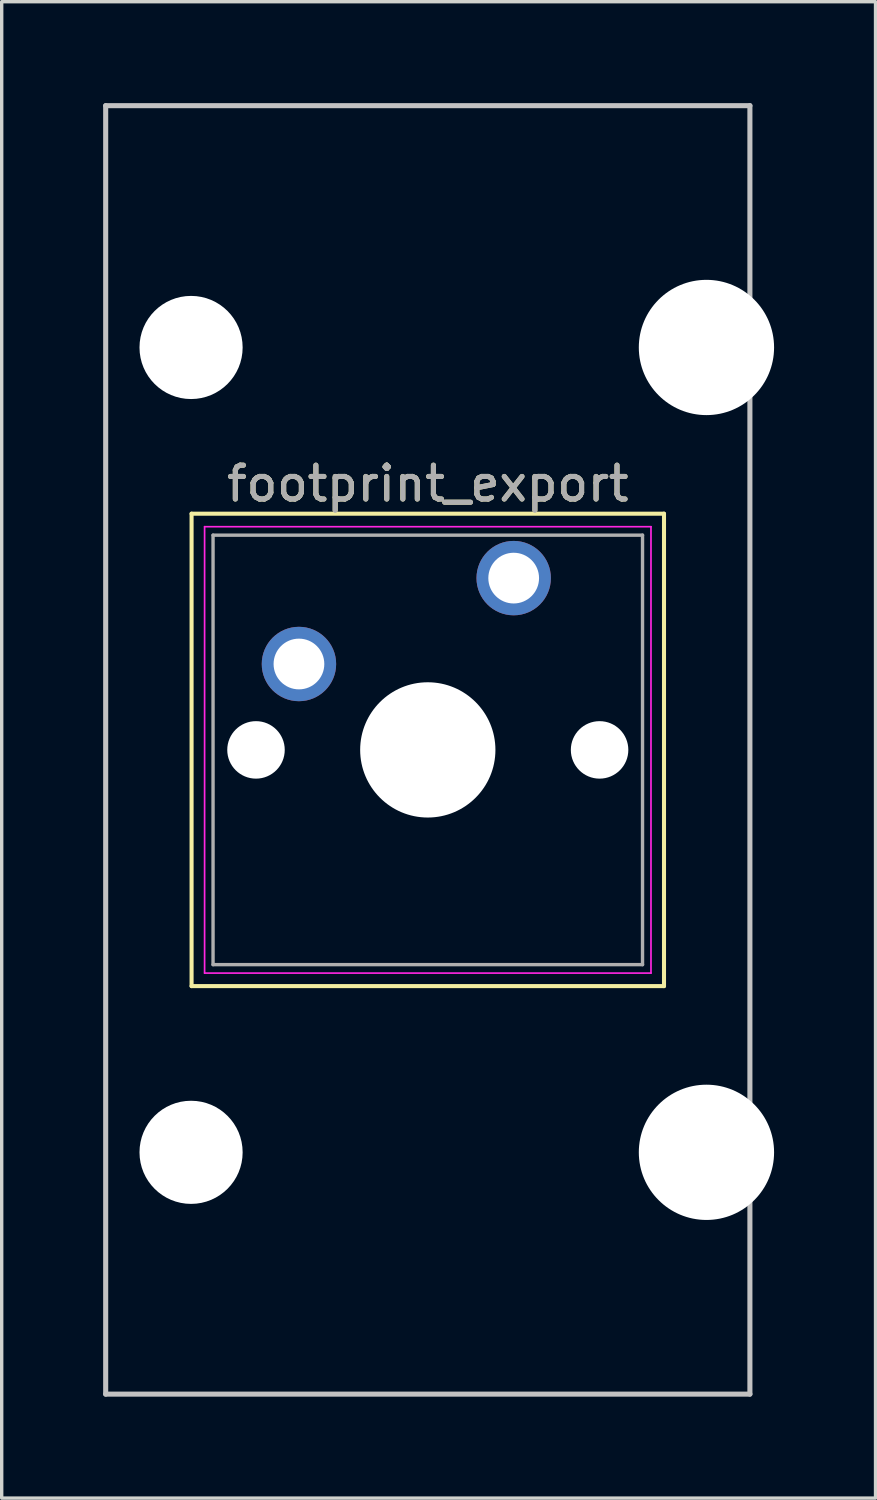
<source format=kicad_pcb>
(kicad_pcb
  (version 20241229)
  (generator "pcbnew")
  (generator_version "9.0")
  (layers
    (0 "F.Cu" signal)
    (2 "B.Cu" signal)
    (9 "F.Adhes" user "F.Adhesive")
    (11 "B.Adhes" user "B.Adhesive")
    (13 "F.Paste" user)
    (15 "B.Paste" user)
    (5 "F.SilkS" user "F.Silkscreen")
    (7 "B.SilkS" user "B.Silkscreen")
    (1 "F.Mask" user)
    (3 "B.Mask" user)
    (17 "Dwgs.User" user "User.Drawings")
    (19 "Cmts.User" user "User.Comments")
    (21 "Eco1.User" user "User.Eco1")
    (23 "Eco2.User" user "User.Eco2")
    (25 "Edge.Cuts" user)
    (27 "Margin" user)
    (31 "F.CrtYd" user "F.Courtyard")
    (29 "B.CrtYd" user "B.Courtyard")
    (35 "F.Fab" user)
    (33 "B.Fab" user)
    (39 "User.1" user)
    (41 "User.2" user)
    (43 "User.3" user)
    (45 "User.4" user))
  (footprint "footprint_export"
    (layer "F.Cu")
    (at 12.14 14.045)
    (property "Reference" "footprint_export" (at -2.54 -2.794 0) (layer "F.SilkS") (effects (font (size 1 1) (thickness 0.15))))
    (attr through_hole)
    (fp_line (start -9.525 -1.905) (end 4.445 -1.905) (stroke (width 0.12) (type solid)) (layer "F.SilkS"))
    (fp_line (start -9.525 12.065) (end -9.525 -1.905) (stroke (width 0.12) (type solid)) (layer "F.SilkS"))
    (fp_line (start 4.445 -1.905) (end 4.445 12.065) (stroke (width 0.12) (type solid)) (layer "F.SilkS"))
    (fp_line (start 4.445 12.065) (end -9.525 12.065) (stroke (width 0.12) (type solid)) (layer "F.SilkS"))
    (fp_line (start -12.065 -13.97) (end 6.985 -13.97) (stroke (width 0.15) (type solid)) (layer "Dwgs.User"))
    (fp_line (start -12.065 24.13) (end -12.065 -13.97) (stroke (width 0.15) (type solid)) (layer "Dwgs.User"))
    (fp_line (start 6.985 -13.97) (end 6.985 24.13) (stroke (width 0.15) (type solid)) (layer "Dwgs.User"))
    (fp_line (start 6.985 24.13) (end -12.065 24.13) (stroke (width 0.15) (type solid)) (layer "Dwgs.User"))
    (fp_line (start -9.14 -1.52) (end 4.06 -1.52) (stroke (width 0.05) (type solid)) (layer "F.CrtYd"))
    (fp_line (start -9.14 11.68) (end -9.14 -1.52) (stroke (width 0.05) (type solid)) (layer "F.CrtYd"))
    (fp_line (start 4.06 -1.52) (end 4.06 11.68) (stroke (width 0.05) (type solid)) (layer "F.CrtYd"))
    (fp_line (start 4.06 11.68) (end -9.14 11.68) (stroke (width 0.05) (type solid)) (layer "F.CrtYd"))
    (fp_line (start -8.89 -1.27) (end 3.81 -1.27) (stroke (width 0.1) (type solid)) (layer "F.Fab"))
    (fp_line (start -8.89 11.43) (end -8.89 -1.27) (stroke (width 0.1) (type solid)) (layer "F.Fab"))
    (fp_line (start 3.81 -1.27) (end 3.81 11.43) (stroke (width 0.1) (type solid)) (layer "F.Fab"))
    (fp_line (start 3.81 11.43) (end -8.89 11.43) (stroke (width 0.1) (type solid)) (layer "F.Fab"))
    (fp_text user "${REFERENCE}" (at -2.54 -2.794 0) (layer "F.Fab") (effects (font (size 1 1) (thickness 0.15))))
    (pad "" np_thru_hole circle (at -9.54 -6.82) (size 3.05 3.05) (drill 3.05) (layers "*.Cu" "*.Mask"))
    (pad "" np_thru_hole circle (at -9.54 16.98) (size 3.05 3.05) (drill 3.05) (layers "*.Cu" "*.Mask"))
    (pad "" np_thru_hole circle (at -7.62 5.08) (size 1.7 1.7) (drill 1.7) (layers "*.Cu" "*.Mask"))
    (pad "" np_thru_hole circle (at -2.54 5.08) (size 4 4) (drill 4) (layers "*.Cu" "*.Mask"))
    (pad "" np_thru_hole circle (at 2.54 5.08) (size 1.7 1.7) (drill 1.7) (layers "*.Cu" "*.Mask"))
    (pad "" np_thru_hole circle (at 5.7 -6.82) (size 4 4) (drill 4) (layers "*.Cu" "*.Mask"))
    (pad "" np_thru_hole circle (at 5.7 16.98) (size 4 4) (drill 4) (layers "*.Cu" "*.Mask"))
    (pad "1" thru_hole circle (at 0 0) (size 2.2 2.2) (drill 1.5) (layers "*.Cu" "*.Mask"))
    (pad "2" thru_hole circle (at -6.35 2.54) (size 2.2 2.2) (drill 1.5) (layers "*.Cu" "*.Mask")))
  (gr_rect
    (start -3 -3)
    (end 22.84 41.25)
    (stroke (width 0.1) (type default))
    (fill no)
    (layer "Edge.Cuts")))
</source>
